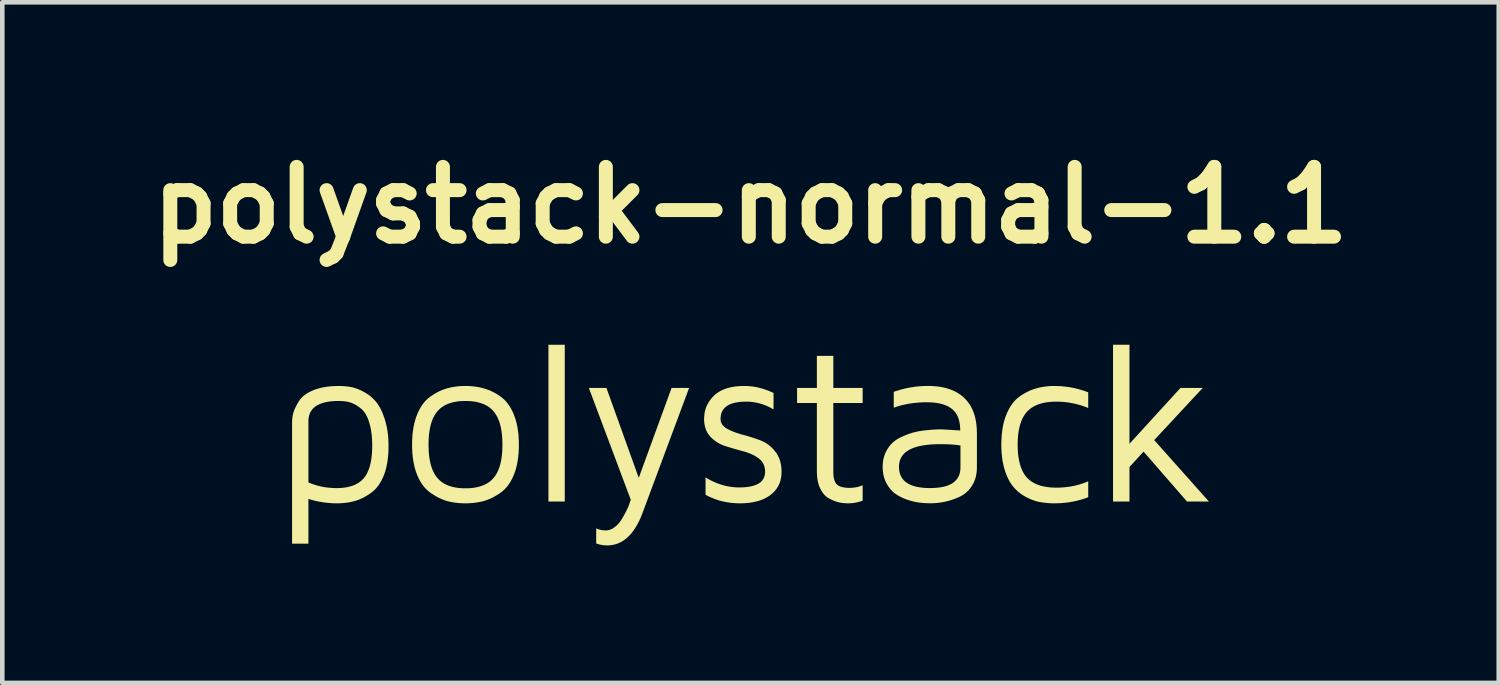
<source format=kicad_pcb>
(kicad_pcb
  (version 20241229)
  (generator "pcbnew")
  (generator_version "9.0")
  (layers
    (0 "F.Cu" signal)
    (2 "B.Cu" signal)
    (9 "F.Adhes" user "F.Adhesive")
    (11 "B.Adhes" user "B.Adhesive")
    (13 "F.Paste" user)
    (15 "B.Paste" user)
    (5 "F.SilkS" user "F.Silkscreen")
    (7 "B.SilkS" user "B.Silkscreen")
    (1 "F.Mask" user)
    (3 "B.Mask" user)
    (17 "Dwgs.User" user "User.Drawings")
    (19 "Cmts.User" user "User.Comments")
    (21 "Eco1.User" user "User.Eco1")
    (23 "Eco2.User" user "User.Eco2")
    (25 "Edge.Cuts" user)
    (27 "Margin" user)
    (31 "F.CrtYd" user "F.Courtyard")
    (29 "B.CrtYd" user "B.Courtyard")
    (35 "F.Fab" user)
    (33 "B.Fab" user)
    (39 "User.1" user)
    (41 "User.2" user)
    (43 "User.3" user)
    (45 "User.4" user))
  (footprint "polystack-normal-1.1"
    (layer "F.Cu")
    (at 13.331 6.665)
    (property "Reference" "polystack-normal-1.1" (at 0 -5.238 0) (layer "F.SilkS") (effects (font (size 1.524 1.524) (thickness 0.305))))
    (attr smd)
    (fp_poly (pts (xy -4.41 1.232) (xy -4.41 -2.19) (xy -4.054 -2.19) (xy -4.054 1.232) (xy -4.41 1.232)) (stroke (width 0) (type solid)) (fill yes) (layer "F.SilkS"))
    (fp_poly (pts (xy 7.913 1.232) (xy 7.913 -2.19) (xy 8.272 -2.19) (xy 8.272 -0.029) (xy 9.385 -1.247) (xy 9.87 -1.247) (xy 8.812 -0.109) (xy 10.006 1.232) (xy 9.528 1.232) (xy 8.58 0.143) (xy 8.272 0.478) (xy 8.272 1.232) (xy 7.913 1.232)) (stroke (width 0) (type solid)) (fill yes) (layer "F.SilkS"))
    (fp_poly (pts (xy 1.017 -0.919) (xy 1.017 -1.247) (xy 1.449 -1.247) (xy 1.449 -1.948) (xy 1.808 -1.948) (xy 1.808 -1.247) (xy 2.448 -1.247) (xy 2.448 -0.919) (xy 1.808 -0.919) (xy 1.808 0.592) (xy 1.809 0.628) (xy 1.811 0.663) (xy 1.815 0.695) (xy 1.821 0.725) (xy 1.827 0.753) (xy 1.836 0.779) (xy 1.846 0.802) (xy 1.858 0.823) (xy 1.871 0.842) (xy 1.886 0.859) (xy 1.903 0.873) (xy 1.922 0.886) (xy 1.944 0.897) (xy 1.969 0.907) (xy 1.995 0.915) (xy 2.025 0.922) (xy 2.056 0.927) (xy 2.09 0.931) (xy 2.126 0.933) (xy 2.165 0.934) (xy 2.195 0.933) (xy 2.225 0.931) (xy 2.254 0.928) (xy 2.283 0.924) (xy 2.312 0.919) (xy 2.34 0.913) (xy 2.368 0.905) (xy 2.395 0.896) (xy 2.422 0.887) (xy 2.448 0.876) (xy 2.448 1.213) (xy 2.42 1.223) (xy 2.391 1.232) (xy 2.362 1.24) (xy 2.334 1.247) (xy 2.305 1.254) (xy 2.276 1.259) (xy 2.248 1.263) (xy 2.219 1.267) (xy 2.19 1.269) (xy 2.162 1.27) (xy 2.133 1.271) (xy 2.121 1.271) (xy 2.093 1.27) (xy 2.065 1.269) (xy 2.037 1.267) (xy 2.009 1.264) (xy 1.981 1.26) (xy 1.954 1.255) (xy 1.927 1.249) (xy 1.903 1.243) (xy 1.878 1.236) (xy 1.853 1.227) (xy 1.826 1.217) (xy 1.799 1.206) (xy 1.771 1.193) (xy 1.743 1.179) (xy 1.714 1.164) (xy 1.69 1.15) (xy 1.668 1.135) (xy 1.646 1.117) (xy 1.626 1.098) (xy 1.606 1.077) (xy 1.587 1.055) (xy 1.57 1.031) (xy 1.553 1.005) (xy 1.537 0.977) (xy 1.522 0.948) (xy 1.511 0.924) (xy 1.501 0.9) (xy 1.492 0.874) (xy 1.484 0.848) (xy 1.477 0.82) (xy 1.47 0.792) (xy 1.465 0.763) (xy 1.46 0.734) (xy 1.456 0.703) (xy 1.453 0.672) (xy 1.451 0.639) (xy 1.45 0.606) (xy 1.449 0.572) (xy 1.449 -0.919) (xy 1.017 -0.919) (xy 1.017 -0.919)) (stroke (width 0) (type solid)) (fill yes) (layer "F.SilkS"))
    (fp_poly (pts (xy -3.528 -1.247) (xy -3.144 -1.247) (xy -2.439 0.715) (xy -1.723 -1.247) (xy -1.34 -1.247) (xy -2.354 1.475) (xy -2.367 1.508) (xy -2.38 1.541) (xy -2.393 1.573) (xy -2.406 1.604) (xy -2.42 1.635) (xy -2.434 1.664) (xy -2.449 1.693) (xy -2.464 1.721) (xy -2.479 1.748) (xy -2.494 1.775) (xy -2.51 1.8) (xy -2.525 1.825) (xy -2.542 1.849) (xy -2.558 1.872) (xy -2.575 1.894) (xy -2.592 1.916) (xy -2.609 1.937) (xy -2.627 1.956) (xy -2.645 1.976) (xy -2.663 1.994) (xy -2.681 2.011) (xy -2.7 2.028) (xy -2.719 2.044) (xy -2.738 2.059) (xy -2.758 2.073) (xy -2.778 2.086) (xy -2.798 2.099) (xy -2.818 2.111) (xy -2.839 2.122) (xy -2.86 2.132) (xy -2.881 2.141) (xy -2.903 2.15) (xy -2.925 2.157) (xy -2.947 2.164) (xy -2.97 2.17) (xy -2.992 2.175) (xy -3.015 2.18) (xy -3.039 2.184) (xy -3.062 2.186) (xy -3.086 2.188) (xy -3.11 2.19) (xy -3.135 2.19) (xy -3.164 2.189) (xy -3.194 2.187) (xy -3.223 2.184) (xy -3.252 2.179) (xy -3.281 2.173) (xy -3.31 2.166) (xy -3.339 2.157) (xy -3.368 2.146) (xy -3.368 1.819) (xy -3.343 1.829) (xy -3.317 1.838) (xy -3.291 1.846) (xy -3.265 1.852) (xy -3.238 1.857) (xy -3.21 1.86) (xy -3.182 1.862) (xy -3.154 1.863) (xy -3.127 1.861) (xy -3.1 1.857) (xy -3.074 1.85) (xy -3.047 1.84) (xy -3.02 1.827) (xy -2.994 1.811) (xy -2.967 1.792) (xy -2.945 1.775) (xy -2.923 1.757) (xy -2.903 1.737) (xy -2.884 1.717) (xy -2.865 1.696) (xy -2.848 1.674) (xy -2.832 1.651) (xy -2.817 1.627) (xy -2.802 1.603) (xy -2.787 1.579) (xy -2.773 1.554) (xy -2.759 1.53) (xy -2.746 1.505) (xy -2.733 1.481) (xy -2.72 1.456) (xy -2.708 1.431) (xy -2.692 1.399) (xy -2.677 1.368) (xy -2.665 1.339) (xy -2.654 1.311) (xy -2.645 1.285) (xy -2.638 1.261) (xy -2.613 1.193) (xy -3.528 -1.247)) (stroke (width 0) (type solid)) (fill yes) (layer "F.SilkS"))
    (fp_poly (pts (xy 5.475 -0.01) (xy 5.475 -0.044) (xy 5.476 -0.078) (xy 5.477 -0.111) (xy 5.479 -0.144) (xy 5.481 -0.176) (xy 5.483 -0.208) (xy 5.486 -0.239) (xy 5.489 -0.27) (xy 5.493 -0.3) (xy 5.497 -0.33) (xy 5.501 -0.36) (xy 5.506 -0.389) (xy 5.512 -0.417) (xy 5.517 -0.445) (xy 5.524 -0.473) (xy 5.53 -0.5) (xy 5.537 -0.526) (xy 5.545 -0.553) (xy 5.553 -0.578) (xy 5.561 -0.603) (xy 5.57 -0.628) (xy 5.58 -0.652) (xy 5.592 -0.683) (xy 5.605 -0.713) (xy 5.619 -0.742) (xy 5.633 -0.77) (xy 5.647 -0.798) (xy 5.662 -0.824) (xy 5.678 -0.849) (xy 5.694 -0.873) (xy 5.71 -0.897) (xy 5.727 -0.919) (xy 5.745 -0.941) (xy 5.763 -0.961) (xy 5.782 -0.981) (xy 5.801 -1) (xy 5.82 -1.018) (xy 5.84 -1.034) (xy 5.861 -1.05) (xy 5.887 -1.069) (xy 5.912 -1.086) (xy 5.938 -1.103) (xy 5.964 -1.119) (xy 5.99 -1.134) (xy 6.016 -1.148) (xy 6.042 -1.162) (xy 6.068 -1.175) (xy 6.095 -1.187) (xy 6.121 -1.198) (xy 6.147 -1.208) (xy 6.174 -1.218) (xy 6.2 -1.226) (xy 6.227 -1.235) (xy 6.254 -1.242) (xy 6.281 -1.249) (xy 6.309 -1.256) (xy 6.337 -1.262) (xy 6.365 -1.267) (xy 6.394 -1.272) (xy 6.423 -1.276) (xy 6.452 -1.28) (xy 6.482 -1.283) (xy 6.512 -1.286) (xy 6.543 -1.288) (xy 6.574 -1.289) (xy 6.605 -1.29) (xy 6.637 -1.29) (xy 6.667 -1.29) (xy 6.697 -1.289) (xy 6.726 -1.288) (xy 6.756 -1.287) (xy 6.786 -1.285) (xy 6.816 -1.282) (xy 6.845 -1.279) (xy 6.875 -1.276) (xy 6.904 -1.272) (xy 6.934 -1.268) (xy 6.963 -1.264) (xy 6.993 -1.258) (xy 7.022 -1.253) (xy 7.051 -1.247) (xy 7.081 -1.241) (xy 7.11 -1.234) (xy 7.139 -1.226) (xy 7.169 -1.219) (xy 7.198 -1.21) (xy 7.227 -1.202) (xy 7.256 -1.193) (xy 7.285 -1.183) (xy 7.314 -1.173) (xy 7.343 -1.163) (xy 7.372 -1.152) (xy 7.372 -0.81) (xy 7.344 -0.821) (xy 7.316 -0.832) (xy 7.287 -0.842) (xy 7.259 -0.852) (xy 7.23 -0.862) (xy 7.202 -0.871) (xy 7.173 -0.879) (xy 7.145 -0.887) (xy 7.116 -0.894) (xy 7.087 -0.901) (xy 7.058 -0.908) (xy 7.029 -0.914) (xy 7 -0.919) (xy 6.971 -0.924) (xy 6.942 -0.929) (xy 6.913 -0.933) (xy 6.883 -0.937) (xy 6.854 -0.94) (xy 6.824 -0.942) (xy 6.795 -0.944) (xy 6.765 -0.946) (xy 6.735 -0.947) (xy 6.706 -0.948) (xy 6.676 -0.948) (xy 6.639 -0.948) (xy 6.604 -0.947) (xy 6.569 -0.945) (xy 6.535 -0.942) (xy 6.502 -0.939) (xy 6.47 -0.934) (xy 6.439 -0.929) (xy 6.408 -0.924) (xy 6.378 -0.917) (xy 6.35 -0.91) (xy 6.322 -0.901) (xy 6.294 -0.893) (xy 6.268 -0.883) (xy 6.242 -0.872) (xy 6.218 -0.861) (xy 6.194 -0.849) (xy 6.171 -0.836) (xy 6.149 -0.823) (xy 6.127 -0.808) (xy 6.107 -0.793) (xy 6.087 -0.777) (xy 6.068 -0.761) (xy 6.05 -0.743) (xy 6.033 -0.725) (xy 6.018 -0.708) (xy 6.003 -0.689) (xy 5.989 -0.67) (xy 5.976 -0.65) (xy 5.963 -0.629) (xy 5.951 -0.608) (xy 5.939 -0.586) (xy 5.928 -0.562) (xy 5.918 -0.538) (xy 5.908 -0.514) (xy 5.899 -0.488) (xy 5.89 -0.462) (xy 5.882 -0.435) (xy 5.875 -0.407) (xy 5.868 -0.378) (xy 5.862 -0.349) (xy 5.856 -0.318) (xy 5.851 -0.287) (xy 5.846 -0.255) (xy 5.842 -0.223) (xy 5.839 -0.189) (xy 5.837 -0.155) (xy 5.834 -0.12) (xy 5.833 -0.084) (xy 5.832 -0.047) (xy 5.832 -0.01) (xy 5.832 0.028) (xy 5.833 0.065) (xy 5.834 0.101) (xy 5.837 0.137) (xy 5.839 0.171) (xy 5.842 0.205) (xy 5.846 0.238) (xy 5.851 0.27) (xy 5.856 0.301) (xy 5.862 0.332) (xy 5.868 0.362) (xy 5.875 0.39) (xy 5.882 0.418) (xy 5.89 0.446) (xy 5.899 0.472) (xy 5.908 0.498) (xy 5.918 0.522) (xy 5.928 0.546) (xy 5.939 0.569) (xy 5.951 0.592) (xy 5.963 0.613) (xy 5.976 0.634) (xy 5.989 0.654) (xy 6.003 0.673) (xy 6.018 0.691) (xy 6.033 0.708) (xy 6.05 0.726) (xy 6.068 0.743) (xy 6.087 0.76) (xy 6.107 0.776) (xy 6.127 0.791) (xy 6.149 0.805) (xy 6.171 0.818) (xy 6.194 0.831) (xy 6.218 0.843) (xy 6.242 0.854) (xy 6.268 0.864) (xy 6.294 0.874) (xy 6.322 0.883) (xy 6.35 0.891) (xy 6.378 0.898) (xy 6.408 0.904) (xy 6.439 0.91) (xy 6.47 0.915) (xy 6.502 0.919) (xy 6.535 0.923) (xy 6.569 0.925) (xy 6.604 0.927) (xy 6.639 0.929) (xy 6.676 0.929) (xy 6.707 0.929) (xy 6.738 0.928) (xy 6.768 0.927) (xy 6.799 0.925) (xy 6.829 0.923) (xy 6.859 0.92) (xy 6.889 0.917) (xy 6.919 0.914) (xy 6.949 0.909) (xy 6.978 0.905) (xy 7.007 0.9) (xy 7.037 0.894) (xy 7.065 0.888) (xy 7.094 0.882) (xy 7.123 0.875) (xy 7.151 0.867) (xy 7.179 0.86) (xy 7.207 0.851) (xy 7.235 0.842) (xy 7.263 0.833) (xy 7.29 0.823) (xy 7.318 0.813) (xy 7.345 0.802) (xy 7.372 0.791) (xy 7.372 1.137) (xy 7.344 1.148) (xy 7.316 1.158) (xy 7.288 1.168) (xy 7.26 1.177) (xy 7.231 1.186) (xy 7.203 1.194) (xy 7.174 1.202) (xy 7.146 1.209) (xy 7.117 1.216) (xy 7.088 1.223) (xy 7.059 1.229) (xy 7.029 1.235) (xy 7 1.24) (xy 6.97 1.245) (xy 6.941 1.25) (xy 6.911 1.254) (xy 6.881 1.257) (xy 6.851 1.26) (xy 6.821 1.263) (xy 6.791 1.266) (xy 6.76 1.267) (xy 6.73 1.269) (xy 6.699 1.27) (xy 6.668 1.271) (xy 6.637 1.271) (xy 6.605 1.271) (xy 6.574 1.27) (xy 6.543 1.269) (xy 6.513 1.267) (xy 6.483 1.265) (xy 6.453 1.262) (xy 6.424 1.259) (xy 6.395 1.255) (xy 6.366 1.251) (xy 6.338 1.247) (xy 6.31 1.242) (xy 6.282 1.236) (xy 6.255 1.229) (xy 6.227 1.222) (xy 6.199 1.213) (xy 6.171 1.203) (xy 6.143 1.193) (xy 6.114 1.181) (xy 6.086 1.169) (xy 6.057 1.155) (xy 6.028 1.141) (xy 5.999 1.125) (xy 5.973 1.11) (xy 5.948 1.095) (xy 5.923 1.079) (xy 5.899 1.062) (xy 5.876 1.044) (xy 5.853 1.026) (xy 5.831 1.007) (xy 5.809 0.987) (xy 5.789 0.967) (xy 5.768 0.946) (xy 5.749 0.924) (xy 5.73 0.902) (xy 5.714 0.882) (xy 5.699 0.861) (xy 5.684 0.839) (xy 5.669 0.815) (xy 5.655 0.791) (xy 5.641 0.766) (xy 5.628 0.74) (xy 5.615 0.713) (xy 5.602 0.685) (xy 5.59 0.656) (xy 5.579 0.627) (xy 5.567 0.596) (xy 5.556 0.564) (xy 5.546 0.531) (xy 5.538 0.505) (xy 5.531 0.478) (xy 5.524 0.451) (xy 5.518 0.424) (xy 5.512 0.396) (xy 5.506 0.368) (xy 5.501 0.339) (xy 5.497 0.309) (xy 5.493 0.279) (xy 5.489 0.249) (xy 5.486 0.218) (xy 5.483 0.187) (xy 5.481 0.156) (xy 5.479 0.123) (xy 5.477 0.091) (xy 5.476 0.058) (xy 5.475 0.024) (xy 5.475 -0.01) (xy 5.475 -0.01)) (stroke (width 0) (type solid)) (fill yes) (layer "F.SilkS"))
    (fp_poly (pts (xy -10.006 2.151) (xy -10.006 -0.507) (xy -9.483 -0.853) (xy -9.5 -0.84) (xy -9.517 -0.827) (xy -9.533 -0.813) (xy -9.548 -0.798) (xy -9.562 -0.783) (xy -9.575 -0.767) (xy -9.586 -0.75) (xy -9.597 -0.733) (xy -9.607 -0.715) (xy -9.616 -0.696) (xy -9.623 -0.676) (xy -9.63 -0.656) (xy -9.636 -0.636) (xy -9.641 -0.614) (xy -9.644 -0.592) (xy -9.647 -0.569) (xy -9.649 -0.546) (xy -9.649 -0.521) (xy -9.649 0.815) (xy -9.649 0.815) (xy -9.622 0.826) (xy -9.595 0.837) (xy -9.567 0.848) (xy -9.539 0.857) (xy -9.511 0.867) (xy -9.483 0.875) (xy -9.455 0.884) (xy -9.426 0.891) (xy -9.397 0.898) (xy -9.368 0.905) (xy -9.339 0.91) (xy -9.309 0.916) (xy -9.279 0.921) (xy -9.249 0.925) (xy -9.219 0.928) (xy -9.189 0.931) (xy -9.158 0.934) (xy -9.127 0.936) (xy -9.096 0.937) (xy -9.065 0.938) (xy -9.033 0.939) (xy -8.998 0.938) (xy -8.964 0.937) (xy -8.931 0.935) (xy -8.898 0.932) (xy -8.867 0.928) (xy -8.836 0.924) (xy -8.806 0.919) (xy -8.777 0.912) (xy -8.748 0.905) (xy -8.721 0.898) (xy -8.695 0.889) (xy -8.669 0.88) (xy -8.644 0.87) (xy -8.62 0.859) (xy -8.597 0.847) (xy -8.574 0.834) (xy -8.553 0.821) (xy -8.532 0.806) (xy -8.512 0.791) (xy -8.493 0.775) (xy -8.475 0.759) (xy -8.458 0.741) (xy -8.441 0.723) (xy -8.427 0.705) (xy -8.413 0.686) (xy -8.4 0.667) (xy -8.387 0.647) (xy -8.375 0.625) (xy -8.364 0.603) (xy -8.353 0.58) (xy -8.342 0.557) (xy -8.333 0.532) (xy -8.323 0.506) (xy -8.315 0.48) (xy -8.307 0.453) (xy -8.3 0.425) (xy -8.293 0.396) (xy -8.287 0.366) (xy -8.281 0.335) (xy -8.276 0.303) (xy -8.272 0.271) (xy -8.268 0.238) (xy -8.264 0.203) (xy -8.262 0.168) (xy -8.26 0.132) (xy -8.258 0.096) (xy -8.257 0.058) (xy -8.257 0.019) (xy -8.257 -0.015) (xy -8.258 -0.049) (xy -8.259 -0.082) (xy -8.26 -0.115) (xy -8.262 -0.146) (xy -8.265 -0.178) (xy -8.267 -0.208) (xy -8.271 -0.238) (xy -8.274 -0.268) (xy -8.278 -0.296) (xy -8.282 -0.324) (xy -8.287 -0.352) (xy -8.293 -0.378) (xy -8.298 -0.404) (xy -8.304 -0.43) (xy -8.311 -0.455) (xy -8.318 -0.479) (xy -8.325 -0.502) (xy -8.336 -0.536) (xy -8.348 -0.569) (xy -8.361 -0.599) (xy -8.375 -0.629) (xy -8.389 -0.656) (xy -8.404 -0.682) (xy -8.42 -0.707) (xy -8.437 -0.73) (xy -8.455 -0.751) (xy -8.473 -0.771) (xy -8.492 -0.789) (xy -8.512 -0.805) (xy -8.538 -0.826) (xy -8.564 -0.844) (xy -8.59 -0.861) (xy -8.615 -0.877) (xy -8.641 -0.891) (xy -8.666 -0.903) (xy -8.691 -0.914) (xy -8.715 -0.924) (xy -8.74 -0.931) (xy -8.764 -0.938) (xy -8.79 -0.944) (xy -8.816 -0.949) (xy -8.843 -0.953) (xy -8.87 -0.957) (xy -8.898 -0.959) (xy -8.927 -0.961) (xy -8.957 -0.963) (xy -8.987 -0.963) (xy -9.023 -0.963) (xy -9.058 -0.962) (xy -9.093 -0.96) (xy -9.126 -0.957) (xy -9.158 -0.954) (xy -9.189 -0.951) (xy -9.219 -0.946) (xy -9.248 -0.941) (xy -9.276 -0.935) (xy -9.303 -0.929) (xy -9.329 -0.922) (xy -9.354 -0.914) (xy -9.378 -0.905) (xy -9.401 -0.896) (xy -9.423 -0.886) (xy -9.444 -0.876) (xy -9.464 -0.864) (xy -9.483 -0.853) (xy -10.006 -0.507) (xy -10.005 -0.535) (xy -10.003 -0.564) (xy -10 -0.593) (xy -9.996 -0.622) (xy -9.991 -0.651) (xy -9.984 -0.681) (xy -9.977 -0.711) (xy -9.97 -0.732) (xy -9.962 -0.754) (xy -9.953 -0.777) (xy -9.942 -0.801) (xy -9.931 -0.825) (xy -9.918 -0.851) (xy -9.904 -0.877) (xy -9.889 -0.904) (xy -9.873 -0.932) (xy -9.855 -0.96) (xy -9.842 -0.981) (xy -9.826 -1.002) (xy -9.81 -1.021) (xy -9.792 -1.04) (xy -9.773 -1.059) (xy -9.752 -1.077) (xy -9.73 -1.094) (xy -9.707 -1.111) (xy -9.683 -1.127) (xy -9.657 -1.142) (xy -9.63 -1.157) (xy -9.601 -1.171) (xy -9.571 -1.185) (xy -9.54 -1.198) (xy -9.516 -1.208) (xy -9.491 -1.217) (xy -9.466 -1.225) (xy -9.441 -1.233) (xy -9.414 -1.24) (xy -9.387 -1.247) (xy -9.36 -1.254) (xy -9.332 -1.259) (xy -9.304 -1.265) (xy -9.274 -1.27) (xy -9.245 -1.274) (xy -9.215 -1.278) (xy -9.184 -1.281) (xy -9.152 -1.284) (xy -9.12 -1.286) (xy -9.088 -1.288) (xy -9.055 -1.289) (xy -9.021 -1.29) (xy -8.987 -1.29) (xy -8.956 -1.29) (xy -8.926 -1.289) (xy -8.896 -1.288) (xy -8.866 -1.286) (xy -8.836 -1.283) (xy -8.806 -1.28) (xy -8.776 -1.276) (xy -8.747 -1.271) (xy -8.718 -1.266) (xy -8.691 -1.261) (xy -8.664 -1.254) (xy -8.636 -1.246) (xy -8.608 -1.237) (xy -8.58 -1.227) (xy -8.551 -1.215) (xy -8.522 -1.202) (xy -8.492 -1.189) (xy -8.462 -1.173) (xy -8.432 -1.157) (xy -8.406 -1.142) (xy -8.381 -1.127) (xy -8.357 -1.111) (xy -8.333 -1.094) (xy -8.31 -1.077) (xy -8.287 -1.059) (xy -8.265 -1.04) (xy -8.244 -1.02) (xy -8.223 -1) (xy -8.203 -0.978) (xy -8.184 -0.957) (xy -8.165 -0.934) (xy -8.15 -0.915) (xy -8.136 -0.895) (xy -8.122 -0.874) (xy -8.108 -0.852) (xy -8.095 -0.83) (xy -8.081 -0.806) (xy -8.069 -0.781) (xy -8.056 -0.755) (xy -8.044 -0.729) (xy -8.032 -0.701) (xy -8.021 -0.672) (xy -8.01 -0.643) (xy -7.999 -0.612) (xy -7.988 -0.581) (xy -7.978 -0.548) (xy -7.97 -0.522) (xy -7.963 -0.496) (xy -7.956 -0.469) (xy -7.949 -0.441) (xy -7.943 -0.414) (xy -7.937 -0.385) (xy -7.932 -0.357) (xy -7.927 -0.327) (xy -7.922 -0.298) (xy -7.918 -0.268) (xy -7.914 -0.237) (xy -7.911 -0.206) (xy -7.908 -0.174) (xy -7.906 -0.142) (xy -7.904 -0.11) (xy -7.903 -0.077) (xy -7.901 -0.044) (xy -7.901 -0.01) (xy -7.901 0.024) (xy -7.901 0.059) (xy -7.901 0.093) (xy -7.903 0.127) (xy -7.904 0.161) (xy -7.906 0.194) (xy -7.909 0.226) (xy -7.912 0.258) (xy -7.915 0.289) (xy -7.919 0.32) (xy -7.923 0.35) (xy -7.928 0.38) (xy -7.933 0.41) (xy -7.939 0.439) (xy -7.945 0.467) (xy -7.951 0.495) (xy -7.958 0.523) (xy -7.966 0.549) (xy -7.974 0.576) (xy -7.982 0.602) (xy -7.991 0.627) (xy -8 0.652) (xy -8.013 0.684) (xy -8.026 0.715) (xy -8.04 0.744) (xy -8.055 0.773) (xy -8.07 0.8) (xy -8.086 0.827) (xy -8.102 0.853) (xy -8.119 0.877) (xy -8.136 0.901) (xy -8.155 0.923) (xy -8.173 0.945) (xy -8.193 0.966) (xy -8.213 0.985) (xy -8.233 1.004) (xy -8.255 1.021) (xy -8.276 1.038) (xy -8.301 1.056) (xy -8.327 1.073) (xy -8.352 1.09) (xy -8.377 1.105) (xy -8.402 1.12) (xy -8.428 1.134) (xy -8.453 1.148) (xy -8.478 1.16) (xy -8.504 1.172) (xy -8.53 1.183) (xy -8.555 1.194) (xy -8.581 1.203) (xy -8.607 1.212) (xy -8.633 1.22) (xy -8.659 1.227) (xy -8.686 1.233) (xy -8.713 1.239) (xy -8.74 1.245) (xy -8.768 1.25) (xy -8.796 1.254) (xy -8.824 1.258) (xy -8.853 1.261) (xy -8.882 1.264) (xy -8.911 1.267) (xy -8.941 1.268) (xy -8.972 1.27) (xy -9.002 1.271) (xy -9.033 1.271) (xy -9.062 1.271) (xy -9.091 1.27) (xy -9.12 1.269) (xy -9.149 1.267) (xy -9.178 1.265) (xy -9.207 1.263) (xy -9.236 1.26) (xy -9.266 1.257) (xy -9.295 1.253) (xy -9.324 1.249) (xy -9.353 1.245) (xy -9.383 1.24) (xy -9.412 1.235) (xy -9.442 1.229) (xy -9.471 1.223) (xy -9.501 1.216) (xy -9.53 1.209) (xy -9.56 1.201) (xy -9.59 1.193) (xy -9.619 1.185) (xy -9.649 1.176) (xy -9.649 2.151) (xy -10.006 2.151) (xy -10.006 2.151)) (stroke (width 0) (type solid)) (fill yes) (layer "F.SilkS"))
    (fp_poly (pts (xy -1.013 -0.57) (xy -1.012 -0.6) (xy -1.01 -0.629) (xy -1.008 -0.657) (xy -1.004 -0.686) (xy -0.999 -0.714) (xy -0.993 -0.741) (xy -0.986 -0.768) (xy -0.978 -0.795) (xy -0.969 -0.821) (xy -0.959 -0.846) (xy -0.947 -0.872) (xy -0.935 -0.897) (xy -0.921 -0.921) (xy -0.907 -0.945) (xy -0.891 -0.968) (xy -0.874 -0.991) (xy -0.857 -1.014) (xy -0.838 -1.036) (xy -0.818 -1.058) (xy -0.797 -1.079) (xy -0.779 -1.096) (xy -0.76 -1.112) (xy -0.741 -1.127) (xy -0.721 -1.141) (xy -0.7 -1.155) (xy -0.679 -1.168) (xy -0.657 -1.181) (xy -0.634 -1.193) (xy -0.61 -1.204) (xy -0.586 -1.214) (xy -0.561 -1.224) (xy -0.535 -1.233) (xy -0.508 -1.242) (xy -0.481 -1.249) (xy -0.453 -1.257) (xy -0.424 -1.263) (xy -0.394 -1.269) (xy -0.364 -1.274) (xy -0.333 -1.278) (xy -0.302 -1.282) (xy -0.269 -1.285) (xy -0.236 -1.287) (xy -0.202 -1.289) (xy -0.168 -1.29) (xy -0.132 -1.29) (xy -0.103 -1.29) (xy -0.074 -1.289) (xy -0.046 -1.287) (xy -0.017 -1.285) (xy 0.012 -1.282) (xy 0.041 -1.279) (xy 0.07 -1.275) (xy 0.099 -1.27) (xy 0.128 -1.265) (xy 0.157 -1.259) (xy 0.186 -1.252) (xy 0.214 -1.245) (xy 0.243 -1.237) (xy 0.272 -1.228) (xy 0.301 -1.219) (xy 0.33 -1.209) (xy 0.359 -1.199) (xy 0.388 -1.188) (xy 0.417 -1.176) (xy 0.445 -1.164) (xy 0.474 -1.151) (xy 0.503 -1.137) (xy 0.503 -0.779) (xy 0.476 -0.794) (xy 0.449 -0.809) (xy 0.422 -0.824) (xy 0.394 -0.837) (xy 0.366 -0.85) (xy 0.339 -0.862) (xy 0.311 -0.873) (xy 0.283 -0.883) (xy 0.255 -0.893) (xy 0.226 -0.902) (xy 0.198 -0.91) (xy 0.169 -0.917) (xy 0.141 -0.924) (xy 0.112 -0.929) (xy 0.083 -0.934) (xy 0.054 -0.939) (xy 0.025 -0.942) (xy -0.005 -0.945) (xy -0.034 -0.947) (xy -0.064 -0.948) (xy -0.093 -0.948) (xy -0.129 -0.948) (xy -0.163 -0.947) (xy -0.197 -0.945) (xy -0.229 -0.942) (xy -0.26 -0.938) (xy -0.289 -0.934) (xy -0.318 -0.929) (xy -0.345 -0.923) (xy -0.371 -0.916) (xy -0.397 -0.909) (xy -0.42 -0.901) (xy -0.443 -0.892) (xy -0.465 -0.882) (xy -0.485 -0.871) (xy -0.504 -0.86) (xy -0.522 -0.848) (xy -0.539 -0.835) (xy -0.555 -0.821) (xy -0.57 -0.806) (xy -0.583 -0.791) (xy -0.595 -0.775) (xy -0.606 -0.758) (xy -0.616 -0.74) (xy -0.625 -0.722) (xy -0.633 -0.702) (xy -0.639 -0.682) (xy -0.644 -0.661) (xy -0.648 -0.64) (xy -0.651 -0.617) (xy -0.653 -0.594) (xy -0.654 -0.57) (xy -0.652 -0.545) (xy -0.648 -0.52) (xy -0.641 -0.497) (xy -0.632 -0.475) (xy -0.62 -0.454) (xy -0.605 -0.433) (xy -0.587 -0.414) (xy -0.567 -0.395) (xy -0.544 -0.378) (xy -0.518 -0.361) (xy -0.495 -0.349) (xy -0.471 -0.336) (xy -0.446 -0.324) (xy -0.421 -0.312) (xy -0.394 -0.301) (xy -0.367 -0.29) (xy -0.339 -0.279) (xy -0.31 -0.269) (xy -0.28 -0.259) (xy -0.249 -0.249) (xy -0.218 -0.239) (xy -0.186 -0.23) (xy -0.157 -0.223) (xy -0.129 -0.215) (xy -0.101 -0.208) (xy -0.073 -0.2) (xy -0.045 -0.191) (xy -0.017 -0.183) (xy 0.011 -0.174) (xy 0.039 -0.165) (xy 0.067 -0.156) (xy 0.095 -0.147) (xy 0.123 -0.137) (xy 0.151 -0.127) (xy 0.179 -0.117) (xy 0.207 -0.107) (xy 0.235 -0.096) (xy 0.262 -0.084) (xy 0.289 -0.071) (xy 0.315 -0.057) (xy 0.34 -0.042) (xy 0.365 -0.026) (xy 0.389 -0.008) (xy 0.412 0.01) (xy 0.435 0.029) (xy 0.457 0.049) (xy 0.479 0.07) (xy 0.5 0.093) (xy 0.52 0.116) (xy 0.54 0.141) (xy 0.556 0.163) (xy 0.572 0.185) (xy 0.587 0.209) (xy 0.6 0.233) (xy 0.613 0.258) (xy 0.624 0.283) (xy 0.634 0.31) (xy 0.643 0.337) (xy 0.651 0.365) (xy 0.658 0.394) (xy 0.664 0.423) (xy 0.669 0.454) (xy 0.673 0.485) (xy 0.676 0.516) (xy 0.677 0.549) (xy 0.678 0.582) (xy 0.677 0.612) (xy 0.676 0.642) (xy 0.673 0.671) (xy 0.669 0.7) (xy 0.664 0.728) (xy 0.658 0.755) (xy 0.651 0.782) (xy 0.643 0.808) (xy 0.633 0.833) (xy 0.623 0.858) (xy 0.611 0.882) (xy 0.599 0.906) (xy 0.585 0.928) (xy 0.57 0.951) (xy 0.554 0.972) (xy 0.537 0.993) (xy 0.519 1.014) (xy 0.5 1.033) (xy 0.479 1.053) (xy 0.458 1.071) (xy 0.435 1.089) (xy 0.415 1.104) (xy 0.394 1.118) (xy 0.372 1.132) (xy 0.35 1.145) (xy 0.327 1.157) (xy 0.304 1.169) (xy 0.279 1.18) (xy 0.255 1.19) (xy 0.229 1.2) (xy 0.203 1.209) (xy 0.176 1.218) (xy 0.149 1.225) (xy 0.12 1.233) (xy 0.092 1.239) (xy 0.062 1.245) (xy 0.032 1.251) (xy 0.001 1.255) (xy -0.03 1.26) (xy -0.062 1.263) (xy -0.095 1.266) (xy -0.128 1.268) (xy -0.162 1.27) (xy -0.196 1.271) (xy -0.232 1.271) (xy -0.263 1.271) (xy -0.295 1.27) (xy -0.326 1.268) (xy -0.357 1.266) (xy -0.387 1.264) (xy -0.418 1.261) (xy -0.448 1.257) (xy -0.478 1.253) (xy -0.508 1.248) (xy -0.538 1.243) (xy -0.567 1.237) (xy -0.596 1.231) (xy -0.625 1.224) (xy -0.654 1.217) (xy -0.682 1.209) (xy -0.711 1.2) (xy -0.739 1.191) (xy -0.766 1.181) (xy -0.794 1.171) (xy -0.821 1.16) (xy -0.849 1.149) (xy -0.876 1.137) (xy -0.902 1.125) (xy -0.929 1.112) (xy -0.955 1.098) (xy -0.981 1.084) (xy -0.981 0.706) (xy -0.954 0.722) (xy -0.926 0.738) (xy -0.898 0.753) (xy -0.871 0.768) (xy -0.843 0.782) (xy -0.815 0.795) (xy -0.787 0.807) (xy -0.76 0.819) (xy -0.732 0.831) (xy -0.704 0.841) (xy -0.675 0.851) (xy -0.647 0.861) (xy -0.619 0.869) (xy -0.591 0.878) (xy -0.562 0.885) (xy -0.534 0.892) (xy -0.505 0.898) (xy -0.477 0.903) (xy -0.448 0.908) (xy -0.42 0.912) (xy -0.391 0.916) (xy -0.362 0.919) (xy -0.333 0.921) (xy -0.304 0.923) (xy -0.275 0.924) (xy -0.246 0.924) (xy -0.209 0.924) (xy -0.173 0.923) (xy -0.139 0.921) (xy -0.106 0.918) (xy -0.074 0.915) (xy -0.043 0.91) (xy -0.013 0.905) (xy 0.015 0.9) (xy 0.042 0.893) (xy 0.068 0.886) (xy 0.092 0.878) (xy 0.115 0.869) (xy 0.137 0.86) (xy 0.158 0.85) (xy 0.178 0.839) (xy 0.196 0.827) (xy 0.213 0.814) (xy 0.229 0.801) (xy 0.243 0.787) (xy 0.256 0.772) (xy 0.268 0.756) (xy 0.279 0.74) (xy 0.288 0.723) (xy 0.296 0.705) (xy 0.303 0.687) (xy 0.309 0.667) (xy 0.313 0.647) (xy 0.316 0.626) (xy 0.318 0.604) (xy 0.319 0.582) (xy 0.318 0.552) (xy 0.315 0.523) (xy 0.31 0.495) (xy 0.304 0.468) (xy 0.295 0.442) (xy 0.285 0.418) (xy 0.273 0.394) (xy 0.259 0.372) (xy 0.243 0.351) (xy 0.225 0.33) (xy 0.205 0.311) (xy 0.183 0.293) (xy 0.162 0.278) (xy 0.14 0.263) (xy 0.117 0.248) (xy 0.094 0.234) (xy 0.07 0.221) (xy 0.045 0.209) (xy 0.019 0.197) (xy -0.007 0.185) (xy -0.034 0.175) (xy -0.062 0.165) (xy -0.09 0.155) (xy -0.119 0.146) (xy -0.149 0.138) (xy -0.177 0.131) (xy -0.205 0.123) (xy -0.233 0.115) (xy -0.261 0.107) (xy -0.289 0.099) (xy -0.318 0.091) (xy -0.346 0.083) (xy -0.374 0.075) (xy -0.402 0.067) (xy -0.43 0.058) (xy -0.458 0.05) (xy -0.486 0.041) (xy -0.514 0.033) (xy -0.542 0.024) (xy -0.57 0.015) (xy -0.597 0.005) (xy -0.624 -0.007) (xy -0.65 -0.019) (xy -0.675 -0.031) (xy -0.7 -0.045) (xy -0.724 -0.059) (xy -0.748 -0.075) (xy -0.771 -0.091) (xy -0.793 -0.108) (xy -0.815 -0.126) (xy -0.836 -0.144) (xy -0.857 -0.164) (xy -0.877 -0.184) (xy -0.894 -0.204) (xy -0.911 -0.225) (xy -0.926 -0.247) (xy -0.94 -0.27) (xy -0.952 -0.293) (xy -0.964 -0.317) (xy -0.974 -0.342) (xy -0.983 -0.368) (xy -0.991 -0.394) (xy -0.997 -0.421) (xy -1.003 -0.45) (xy -1.007 -0.478) (xy -1.01 -0.508) (xy -1.012 -0.539) (xy -1.013 -0.57)) (stroke (width 0) (type solid)) (fill yes) (layer "F.SilkS"))
    (fp_poly (pts (xy 2.885 0.473) (xy 2.885 0.442) (xy 3.241 0.472) (xy 3.242 0.497) (xy 3.243 0.521) (xy 3.246 0.544) (xy 3.249 0.567) (xy 3.254 0.589) (xy 3.259 0.611) (xy 3.266 0.632) (xy 3.273 0.652) (xy 3.281 0.671) (xy 3.291 0.69) (xy 3.301 0.708) (xy 3.312 0.725) (xy 3.325 0.742) (xy 3.338 0.758) (xy 3.352 0.773) (xy 3.368 0.788) (xy 3.384 0.802) (xy 3.401 0.815) (xy 3.419 0.827) (xy 3.438 0.839) (xy 3.459 0.851) (xy 3.48 0.861) (xy 3.502 0.871) (xy 3.525 0.88) (xy 3.549 0.889) (xy 3.574 0.897) (xy 3.601 0.904) (xy 3.628 0.91) (xy 3.656 0.916) (xy 3.685 0.921) (xy 3.715 0.925) (xy 3.746 0.929) (xy 3.778 0.932) (xy 3.811 0.935) (xy 3.845 0.936) (xy 3.88 0.937) (xy 3.916 0.938) (xy 3.923 0.938) (xy 3.959 0.937) (xy 3.994 0.936) (xy 4.028 0.935) (xy 4.061 0.932) (xy 4.094 0.929) (xy 4.125 0.925) (xy 4.155 0.921) (xy 4.184 0.915) (xy 4.212 0.91) (xy 4.239 0.903) (xy 4.265 0.896) (xy 4.289 0.888) (xy 4.313 0.879) (xy 4.336 0.869) (xy 4.358 0.859) (xy 4.379 0.849) (xy 4.399 0.837) (xy 4.418 0.825) (xy 4.436 0.812) (xy 4.452 0.798) (xy 4.468 0.784) (xy 4.483 0.769) (xy 4.497 0.754) (xy 4.509 0.737) (xy 4.521 0.72) (xy 4.532 0.702) (xy 4.541 0.684) (xy 4.55 0.665) (xy 4.558 0.645) (xy 4.564 0.624) (xy 4.57 0.603) (xy 4.575 0.581) (xy 4.578 0.559) (xy 4.581 0.535) (xy 4.582 0.511) (xy 4.583 0.487) (xy 4.583 0.009) (xy 4.56 0.005) (xy 4.537 0.002) (xy 4.512 -0.002) (xy 4.487 -0.005) (xy 4.46 -0.007) (xy 4.433 -0.01) (xy 4.404 -0.012) (xy 4.375 -0.014) (xy 4.345 -0.016) (xy 4.313 -0.017) (xy 4.281 -0.018) (xy 4.247 -0.019) (xy 4.213 -0.02) (xy 4.178 -0.02) (xy 4.141 -0.02) (xy 4.102 -0.02) (xy 4.063 -0.019) (xy 4.025 -0.018) (xy 3.988 -0.016) (xy 3.952 -0.014) (xy 3.917 -0.012) (xy 3.883 -0.008) (xy 3.85 -0.005) (xy 3.817 -0.001) (xy 3.786 0.004) (xy 3.755 0.009) (xy 3.725 0.015) (xy 3.696 0.021) (xy 3.668 0.027) (xy 3.641 0.034) (xy 3.615 0.042) (xy 3.59 0.05) (xy 3.565 0.058) (xy 3.542 0.067) (xy 3.519 0.077) (xy 3.497 0.087) (xy 3.477 0.097) (xy 3.457 0.108) (xy 3.437 0.12) (xy 3.419 0.132) (xy 3.402 0.144) (xy 3.385 0.157) (xy 3.37 0.17) (xy 3.355 0.184) (xy 3.341 0.198) (xy 3.329 0.213) (xy 3.317 0.229) (xy 3.305 0.244) (xy 3.295 0.261) (xy 3.286 0.277) (xy 3.277 0.295) (xy 3.27 0.312) (xy 3.263 0.331) (xy 3.257 0.349) (xy 3.253 0.369) (xy 3.249 0.388) (xy 3.245 0.409) (xy 3.243 0.429) (xy 3.242 0.45) (xy 3.241 0.472) (xy 3.241 0.472) (xy 2.885 0.442) (xy 2.887 0.412) (xy 2.889 0.383) (xy 2.893 0.354) (xy 2.897 0.326) (xy 2.903 0.299) (xy 2.91 0.272) (xy 2.917 0.245) (xy 2.926 0.219) (xy 2.935 0.194) (xy 2.946 0.17) (xy 2.96 0.14) (xy 2.975 0.112) (xy 2.991 0.085) (xy 3.007 0.06) (xy 3.024 0.035) (xy 3.042 0.012) (xy 3.06 -0.009) (xy 3.079 -0.03) (xy 3.098 -0.049) (xy 3.119 -0.067) (xy 3.141 -0.085) (xy 3.164 -0.102) (xy 3.188 -0.119) (xy 3.213 -0.135) (xy 3.24 -0.15) (xy 3.267 -0.164) (xy 3.296 -0.178) (xy 3.326 -0.192) (xy 3.357 -0.205) (xy 3.386 -0.217) (xy 3.415 -0.228) (xy 3.443 -0.239) (xy 3.47 -0.249) (xy 3.497 -0.257) (xy 3.522 -0.265) (xy 3.547 -0.273) (xy 3.571 -0.279) (xy 3.596 -0.285) (xy 3.621 -0.291) (xy 3.647 -0.297) (xy 3.674 -0.302) (xy 3.702 -0.307) (xy 3.731 -0.311) (xy 3.761 -0.315) (xy 3.792 -0.319) (xy 3.824 -0.323) (xy 3.864 -0.326) (xy 3.901 -0.33) (xy 3.934 -0.333) (xy 3.964 -0.335) (xy 3.99 -0.337) (xy 4.013 -0.339) (xy 4.032 -0.339) (xy 4.058 -0.341) (xy 4.086 -0.342) (xy 4.116 -0.342) (xy 4.147 -0.343) (xy 4.18 -0.343) (xy 4.578 -0.319) (xy 4.577 -0.353) (xy 4.576 -0.386) (xy 4.573 -0.419) (xy 4.57 -0.45) (xy 4.565 -0.48) (xy 4.559 -0.509) (xy 4.553 -0.537) (xy 4.545 -0.564) (xy 4.536 -0.59) (xy 4.527 -0.615) (xy 4.516 -0.639) (xy 4.504 -0.662) (xy 4.492 -0.684) (xy 4.478 -0.704) (xy 4.463 -0.724) (xy 4.447 -0.742) (xy 4.43 -0.76) (xy 4.412 -0.776) (xy 4.394 -0.792) (xy 4.375 -0.806) (xy 4.355 -0.819) (xy 4.335 -0.831) (xy 4.314 -0.843) (xy 4.292 -0.854) (xy 4.268 -0.865) (xy 4.244 -0.874) (xy 4.22 -0.883) (xy 4.194 -0.891) (xy 4.167 -0.899) (xy 4.14 -0.906) (xy 4.111 -0.912) (xy 4.082 -0.917) (xy 4.052 -0.922) (xy 4.021 -0.926) (xy 3.989 -0.929) (xy 3.956 -0.931) (xy 3.923 -0.933) (xy 3.888 -0.934) (xy 3.853 -0.935) (xy 3.821 -0.934) (xy 3.789 -0.934) (xy 3.757 -0.933) (xy 3.726 -0.932) (xy 3.695 -0.93) (xy 3.664 -0.928) (xy 3.633 -0.925) (xy 3.603 -0.922) (xy 3.573 -0.919) (xy 3.543 -0.916) (xy 3.514 -0.912) (xy 3.485 -0.907) (xy 3.456 -0.903) (xy 3.427 -0.897) (xy 3.398 -0.892) (xy 3.37 -0.886) (xy 3.342 -0.88) (xy 3.314 -0.873) (xy 3.287 -0.866) (xy 3.26 -0.859) (xy 3.233 -0.851) (xy 3.206 -0.843) (xy 3.18 -0.834) (xy 3.153 -0.825) (xy 3.127 -0.816) (xy 3.127 -1.163) (xy 3.157 -1.173) (xy 3.186 -1.182) (xy 3.216 -1.192) (xy 3.245 -1.2) (xy 3.274 -1.209) (xy 3.304 -1.217) (xy 3.334 -1.225) (xy 3.363 -1.232) (xy 3.393 -1.239) (xy 3.422 -1.245) (xy 3.452 -1.251) (xy 3.482 -1.256) (xy 3.512 -1.262) (xy 3.541 -1.266) (xy 3.571 -1.271) (xy 3.601 -1.275) (xy 3.631 -1.278) (xy 3.661 -1.281) (xy 3.691 -1.284) (xy 3.721 -1.286) (xy 3.751 -1.288) (xy 3.781 -1.289) (xy 3.812 -1.29) (xy 3.842 -1.291) (xy 3.872 -1.291) (xy 3.907 -1.291) (xy 3.94 -1.29) (xy 3.974 -1.289) (xy 4.007 -1.286) (xy 4.039 -1.284) (xy 4.071 -1.281) (xy 4.102 -1.277) (xy 4.133 -1.272) (xy 4.163 -1.267) (xy 4.192 -1.262) (xy 4.221 -1.256) (xy 4.25 -1.249) (xy 4.278 -1.242) (xy 4.305 -1.234) (xy 4.332 -1.225) (xy 4.358 -1.216) (xy 4.384 -1.206) (xy 4.409 -1.196) (xy 4.433 -1.185) (xy 4.457 -1.174) (xy 4.481 -1.162) (xy 4.504 -1.149) (xy 4.526 -1.136) (xy 4.548 -1.122) (xy 4.569 -1.108) (xy 4.59 -1.093) (xy 4.61 -1.077) (xy 4.63 -1.061) (xy 4.649 -1.044) (xy 4.668 -1.027) (xy 4.686 -1.008) (xy 4.704 -0.99) (xy 4.721 -0.97) (xy 4.738 -0.95) (xy 4.754 -0.929) (xy 4.769 -0.908) (xy 4.784 -0.886) (xy 4.798 -0.864) (xy 4.811 -0.841) (xy 4.824 -0.817) (xy 4.836 -0.793) (xy 4.847 -0.768) (xy 4.858 -0.743) (xy 4.868 -0.717) (xy 4.878 -0.69) (xy 4.887 -0.663) (xy 4.895 -0.636) (xy 4.902 -0.607) (xy 4.909 -0.578) (xy 4.915 -0.549) (xy 4.921 -0.519) (xy 4.926 -0.488) (xy 4.93 -0.457) (xy 4.933 -0.425) (xy 4.936 -0.393) (xy 4.939 -0.36) (xy 4.94 -0.327) (xy 4.941 -0.293) (xy 4.942 -0.258) (xy 4.942 0.487) (xy 4.941 0.518) (xy 4.94 0.549) (xy 4.937 0.579) (xy 4.934 0.609) (xy 4.929 0.638) (xy 4.924 0.666) (xy 4.917 0.694) (xy 4.91 0.721) (xy 4.901 0.747) (xy 4.892 0.773) (xy 4.882 0.799) (xy 4.87 0.823) (xy 4.858 0.848) (xy 4.844 0.871) (xy 4.83 0.894) (xy 4.813 0.919) (xy 4.795 0.943) (xy 4.776 0.966) (xy 4.757 0.988) (xy 4.736 1.009) (xy 4.715 1.029) (xy 4.694 1.048) (xy 4.671 1.065) (xy 4.648 1.082) (xy 4.623 1.097) (xy 4.598 1.111) (xy 4.573 1.124) (xy 4.546 1.137) (xy 4.518 1.149) (xy 4.489 1.16) (xy 4.461 1.171) (xy 4.434 1.182) (xy 4.406 1.191) (xy 4.379 1.2) (xy 4.352 1.209) (xy 4.325 1.216) (xy 4.299 1.223) (xy 4.273 1.23) (xy 4.247 1.236) (xy 4.221 1.241) (xy 4.191 1.246) (xy 4.161 1.251) (xy 4.131 1.256) (xy 4.101 1.26) (xy 4.072 1.263) (xy 4.042 1.265) (xy 4.012 1.267) (xy 3.982 1.269) (xy 3.953 1.27) (xy 3.923 1.27) (xy 3.894 1.27) (xy 3.866 1.269) (xy 3.836 1.268) (xy 3.807 1.266) (xy 3.778 1.264) (xy 3.748 1.262) (xy 3.718 1.259) (xy 3.688 1.255) (xy 3.664 1.252) (xy 3.639 1.248) (xy 3.613 1.243) (xy 3.587 1.238) (xy 3.56 1.232) (xy 3.533 1.225) (xy 3.505 1.217) (xy 3.476 1.209) (xy 3.446 1.2) (xy 3.416 1.19) (xy 3.386 1.179) (xy 3.358 1.168) (xy 3.329 1.156) (xy 3.302 1.143) (xy 3.275 1.13) (xy 3.25 1.116) (xy 3.225 1.102) (xy 3.2 1.088) (xy 3.177 1.072) (xy 3.154 1.057) (xy 3.132 1.039) (xy 3.111 1.021) (xy 3.09 1.001) (xy 3.07 0.98) (xy 3.05 0.957) (xy 3.032 0.933) (xy 3.013 0.908) (xy 2.996 0.881) (xy 2.979 0.853) (xy 2.963 0.824) (xy 2.95 0.798) (xy 2.939 0.772) (xy 2.929 0.744) (xy 2.919 0.717) (xy 2.911 0.688) (xy 2.904 0.659) (xy 2.898 0.63) (xy 2.894 0.599) (xy 2.89 0.569) (xy 2.887 0.537) (xy 2.885 0.505) (xy 2.885 0.472) (xy 2.885 0.473)) (stroke (width 0) (type solid)) (fill yes) (layer "F.SilkS"))
    (fp_poly (pts (xy -7.282 0.635) (xy -6.972 -0.467) (xy -6.98 -0.44) (xy -6.987 -0.411) (xy -6.993 -0.382) (xy -6.999 -0.352) (xy -7.004 -0.322) (xy -7.009 -0.29) (xy -7.014 -0.258) (xy -7.017 -0.225) (xy -7.02 -0.191) (xy -7.023 -0.156) (xy -7.025 -0.121) (xy -7.026 -0.085) (xy -7.027 -0.048) (xy -7.027 -0.01) (xy -7.027 0.028) (xy -7.026 0.065) (xy -7.025 0.101) (xy -7.023 0.137) (xy -7.02 0.172) (xy -7.017 0.205) (xy -7.014 0.238) (xy -7.009 0.271) (xy -7.004 0.302) (xy -6.999 0.333) (xy -6.993 0.363) (xy -6.987 0.392) (xy -6.98 0.42) (xy -6.972 0.448) (xy -6.964 0.474) (xy -6.955 0.5) (xy -6.946 0.525) (xy -6.936 0.55) (xy -6.925 0.573) (xy -6.914 0.596) (xy -6.902 0.618) (xy -6.89 0.639) (xy -6.878 0.659) (xy -6.864 0.679) (xy -6.85 0.698) (xy -6.836 0.715) (xy -6.819 0.734) (xy -6.802 0.752) (xy -6.784 0.769) (xy -6.766 0.785) (xy -6.746 0.801) (xy -6.726 0.815) (xy -6.704 0.829) (xy -6.683 0.842) (xy -6.66 0.854) (xy -6.636 0.866) (xy -6.612 0.877) (xy -6.587 0.886) (xy -6.561 0.896) (xy -6.534 0.904) (xy -6.506 0.911) (xy -6.478 0.918) (xy -6.449 0.924) (xy -6.419 0.929) (xy -6.388 0.934) (xy -6.356 0.937) (xy -6.324 0.94) (xy -6.291 0.942) (xy -6.257 0.943) (xy -6.222 0.943) (xy -6.187 0.943) (xy -6.153 0.942) (xy -6.12 0.94) (xy -6.088 0.937) (xy -6.056 0.934) (xy -6.026 0.929) (xy -5.996 0.924) (xy -5.966 0.918) (xy -5.938 0.912) (xy -5.911 0.904) (xy -5.884 0.896) (xy -5.858 0.887) (xy -5.833 0.877) (xy -5.808 0.867) (xy -5.785 0.855) (xy -5.762 0.843) (xy -5.74 0.83) (xy -5.719 0.817) (xy -5.698 0.802) (xy -5.679 0.787) (xy -5.66 0.771) (xy -5.642 0.754) (xy -5.625 0.736) (xy -5.609 0.718) (xy -5.594 0.7) (xy -5.58 0.682) (xy -5.566 0.662) (xy -5.554 0.642) (xy -5.541 0.621) (xy -5.529 0.599) (xy -5.518 0.576) (xy -5.508 0.553) (xy -5.498 0.529) (xy -5.488 0.503) (xy -5.479 0.478) (xy -5.471 0.451) (xy -5.463 0.423) (xy -5.456 0.395) (xy -5.449 0.366) (xy -5.443 0.336) (xy -5.438 0.305) (xy -5.433 0.273) (xy -5.429 0.241) (xy -5.425 0.207) (xy -5.422 0.173) (xy -5.419 0.138) (xy -5.417 0.102) (xy -5.416 0.066) (xy -5.415 0.028) (xy -5.415 -0.01) (xy -5.415 -0.048) (xy -5.416 -0.085) (xy -5.417 -0.122) (xy -5.419 -0.158) (xy -5.422 -0.193) (xy -5.425 -0.227) (xy -5.429 -0.26) (xy -5.433 -0.292) (xy -5.438 -0.324) (xy -5.443 -0.355) (xy -5.449 -0.385) (xy -5.456 -0.414) (xy -5.463 -0.443) (xy -5.471 -0.47) (xy -5.479 -0.497) (xy -5.488 -0.523) (xy -5.498 -0.548) (xy -5.508 -0.572) (xy -5.518 -0.596) (xy -5.529 -0.618) (xy -5.541 -0.64) (xy -5.554 -0.661) (xy -5.566 -0.682) (xy -5.58 -0.701) (xy -5.594 -0.72) (xy -5.609 -0.737) (xy -5.625 -0.756) (xy -5.642 -0.773) (xy -5.66 -0.79) (xy -5.679 -0.806) (xy -5.698 -0.822) (xy -5.719 -0.836) (xy -5.74 -0.85) (xy -5.762 -0.863) (xy -5.785 -0.875) (xy -5.808 -0.886) (xy -5.833 -0.897) (xy -5.858 -0.906) (xy -5.884 -0.915) (xy -5.911 -0.924) (xy -5.938 -0.931) (xy -5.966 -0.938) (xy -5.996 -0.944) (xy -6.026 -0.949) (xy -6.056 -0.953) (xy -6.088 -0.957) (xy -6.12 -0.959) (xy -6.153 -0.961) (xy -6.187 -0.962) (xy -6.222 -0.963) (xy -6.257 -0.962) (xy -6.291 -0.961) (xy -6.324 -0.959) (xy -6.356 -0.957) (xy -6.388 -0.953) (xy -6.419 -0.949) (xy -6.449 -0.943) (xy -6.478 -0.938) (xy -6.506 -0.931) (xy -6.534 -0.923) (xy -6.561 -0.915) (xy -6.587 -0.906) (xy -6.612 -0.896) (xy -6.636 -0.885) (xy -6.66 -0.874) (xy -6.683 -0.862) (xy -6.704 -0.848) (xy -6.726 -0.835) (xy -6.746 -0.82) (xy -6.766 -0.805) (xy -6.784 -0.788) (xy -6.802 -0.771) (xy -6.819 -0.753) (xy -6.836 -0.735) (xy -6.85 -0.717) (xy -6.864 -0.698) (xy -6.878 -0.679) (xy -6.89 -0.658) (xy -6.902 -0.637) (xy -6.914 -0.615) (xy -6.925 -0.593) (xy -6.936 -0.569) (xy -6.946 -0.545) (xy -6.955 -0.52) (xy -6.964 -0.494) (xy -6.972 -0.467) (xy -7.282 0.635) (xy -7.291 0.611) (xy -7.3 0.586) (xy -7.309 0.561) (xy -7.317 0.535) (xy -7.324 0.508) (xy -7.331 0.482) (xy -7.338 0.454) (xy -7.344 0.427) (xy -7.35 0.398) (xy -7.355 0.37) (xy -7.36 0.341) (xy -7.365 0.311) (xy -7.369 0.281) (xy -7.373 0.251) (xy -7.376 0.22) (xy -7.379 0.188) (xy -7.381 0.157) (xy -7.383 0.124) (xy -7.384 0.091) (xy -7.386 0.058) (xy -7.386 0.024) (xy -7.386 -0.01) (xy -7.386 -0.044) (xy -7.386 -0.078) (xy -7.384 -0.111) (xy -7.383 -0.144) (xy -7.381 -0.176) (xy -7.379 -0.208) (xy -7.376 -0.239) (xy -7.373 -0.27) (xy -7.369 -0.3) (xy -7.365 -0.33) (xy -7.36 -0.36) (xy -7.355 -0.389) (xy -7.35 -0.417) (xy -7.344 -0.445) (xy -7.338 -0.473) (xy -7.331 -0.5) (xy -7.324 -0.526) (xy -7.317 -0.553) (xy -7.309 -0.578) (xy -7.3 -0.603) (xy -7.291 -0.628) (xy -7.282 -0.652) (xy -7.27 -0.683) (xy -7.257 -0.713) (xy -7.243 -0.742) (xy -7.229 -0.77) (xy -7.214 -0.798) (xy -7.199 -0.824) (xy -7.183 -0.849) (xy -7.167 -0.873) (xy -7.151 -0.897) (xy -7.133 -0.919) (xy -7.116 -0.941) (xy -7.097 -0.961) (xy -7.079 -0.981) (xy -7.059 -1) (xy -7.04 -1.018) (xy -7.019 -1.034) (xy -6.998 -1.05) (xy -6.973 -1.069) (xy -6.947 -1.086) (xy -6.921 -1.103) (xy -6.895 -1.119) (xy -6.87 -1.134) (xy -6.844 -1.148) (xy -6.818 -1.162) (xy -6.792 -1.175) (xy -6.766 -1.187) (xy -6.739 -1.198) (xy -6.713 -1.208) (xy -6.687 -1.218) (xy -6.661 -1.226) (xy -6.635 -1.235) (xy -6.608 -1.242) (xy -6.58 -1.249) (xy -6.553 -1.256) (xy -6.525 -1.262) (xy -6.497 -1.267) (xy -6.468 -1.272) (xy -6.439 -1.276) (xy -6.409 -1.28) (xy -6.379 -1.283) (xy -6.349 -1.286) (xy -6.319 -1.288) (xy -6.288 -1.289) (xy -6.256 -1.29) (xy -6.225 -1.29) (xy -6.193 -1.29) (xy -6.161 -1.289) (xy -6.13 -1.288) (xy -6.099 -1.286) (xy -6.068 -1.283) (xy -6.038 -1.28) (xy -6.009 -1.276) (xy -5.98 -1.272) (xy -5.951 -1.267) (xy -5.922 -1.262) (xy -5.894 -1.256) (xy -5.866 -1.249) (xy -5.839 -1.242) (xy -5.812 -1.235) (xy -5.785 -1.226) (xy -5.758 -1.218) (xy -5.732 -1.208) (xy -5.705 -1.198) (xy -5.678 -1.187) (xy -5.652 -1.175) (xy -5.626 -1.162) (xy -5.599 -1.148) (xy -5.573 -1.134) (xy -5.547 -1.119) (xy -5.521 -1.103) (xy -5.495 -1.086) (xy -5.469 -1.069) (xy -5.444 -1.05) (xy -5.423 -1.034) (xy -5.403 -1.018) (xy -5.383 -1) (xy -5.363 -0.981) (xy -5.345 -0.961) (xy -5.326 -0.941) (xy -5.309 -0.919) (xy -5.291 -0.897) (xy -5.275 -0.873) (xy -5.259 -0.849) (xy -5.243 -0.824) (xy -5.228 -0.798) (xy -5.213 -0.77) (xy -5.199 -0.742) (xy -5.186 -0.713) (xy -5.172 -0.683) (xy -5.16 -0.652) (xy -5.151 -0.628) (xy -5.142 -0.603) (xy -5.133 -0.578) (xy -5.125 -0.553) (xy -5.118 -0.526) (xy -5.111 -0.5) (xy -5.104 -0.473) (xy -5.098 -0.445) (xy -5.092 -0.417) (xy -5.087 -0.389) (xy -5.082 -0.36) (xy -5.077 -0.33) (xy -5.073 -0.3) (xy -5.069 -0.27) (xy -5.066 -0.239) (xy -5.063 -0.208) (xy -5.061 -0.176) (xy -5.059 -0.144) (xy -5.058 -0.111) (xy -5.056 -0.078) (xy -5.056 -0.044) (xy -5.056 -0.01) (xy -5.056 0.024) (xy -5.056 0.058) (xy -5.058 0.091) (xy -5.059 0.124) (xy -5.061 0.157) (xy -5.063 0.188) (xy -5.066 0.22) (xy -5.069 0.251) (xy -5.073 0.281) (xy -5.077 0.311) (xy -5.082 0.341) (xy -5.087 0.37) (xy -5.092 0.398) (xy -5.098 0.427) (xy -5.104 0.454) (xy -5.111 0.482) (xy -5.118 0.508) (xy -5.125 0.535) (xy -5.133 0.561) (xy -5.142 0.586) (xy -5.151 0.611) (xy -5.16 0.635) (xy -5.172 0.666) (xy -5.186 0.696) (xy -5.199 0.725) (xy -5.213 0.752) (xy -5.228 0.779) (xy -5.243 0.805) (xy -5.259 0.831) (xy -5.275 0.855) (xy -5.291 0.878) (xy -5.309 0.9) (xy -5.326 0.922) (xy -5.345 0.942) (xy -5.363 0.962) (xy -5.383 0.98) (xy -5.403 0.998) (xy -5.423 1.015) (xy -5.444 1.031) (xy -5.469 1.049) (xy -5.495 1.067) (xy -5.521 1.083) (xy -5.547 1.099) (xy -5.573 1.115) (xy -5.599 1.129) (xy -5.626 1.143) (xy -5.652 1.156) (xy -5.678 1.168) (xy -5.705 1.18) (xy -5.732 1.19) (xy -5.758 1.2) (xy -5.785 1.209) (xy -5.812 1.218) (xy -5.839 1.225) (xy -5.866 1.232) (xy -5.894 1.238) (xy -5.922 1.244) (xy -5.951 1.249) (xy -5.98 1.253) (xy -6.009 1.258) (xy -6.038 1.261) (xy -6.068 1.264) (xy -6.099 1.267) (xy -6.13 1.268) (xy -6.161 1.27) (xy -6.193 1.271) (xy -6.225 1.271) (xy -6.256 1.271) (xy -6.288 1.27) (xy -6.319 1.268) (xy -6.349 1.267) (xy -6.379 1.264) (xy -6.409 1.261) (xy -6.439 1.258) (xy -6.468 1.253) (xy -6.497 1.249) (xy -6.525 1.244) (xy -6.553 1.238) (xy -6.58 1.232) (xy -6.608 1.225) (xy -6.635 1.218) (xy -6.661 1.209) (xy -6.687 1.2) (xy -6.713 1.19) (xy -6.739 1.18) (xy -6.766 1.168) (xy -6.792 1.156) (xy -6.818 1.143) (xy -6.844 1.129) (xy -6.87 1.115) (xy -6.895 1.099) (xy -6.921 1.083) (xy -6.947 1.067) (xy -6.973 1.049) (xy -6.998 1.031) (xy -7.019 1.015) (xy -7.04 0.998) (xy -7.059 0.98) (xy -7.079 0.962) (xy -7.097 0.942) (xy -7.116 0.922) (xy -7.133 0.9) (xy -7.151 0.878) (xy -7.167 0.855) (xy -7.183 0.831) (xy -7.199 0.805) (xy -7.214 0.779) (xy -7.229 0.752) (xy -7.243 0.725) (xy -7.257 0.696) (xy -7.27 0.666) (xy -7.282 0.635)) (stroke (width 0) (type solid)) (fill yes) (layer "F.SilkS")))
  (gr_rect
    (start -3 -3)
    (end 29.663 11.855)
    (stroke (width 0.1) (type default))
    (fill no)
    (layer "Edge.Cuts")))
</source>
